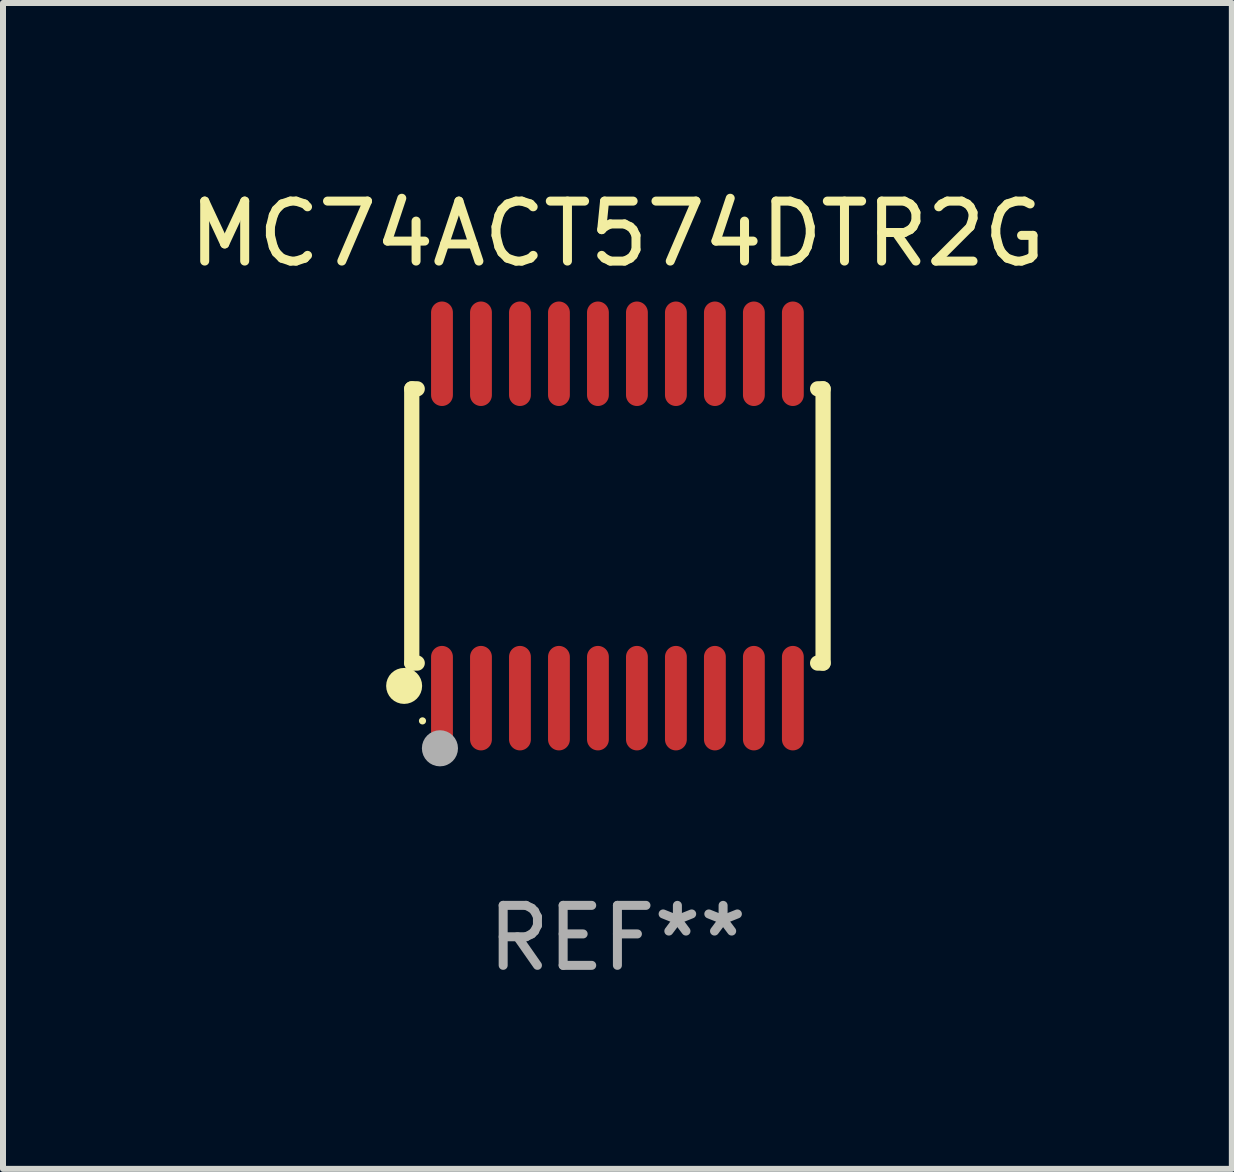
<source format=kicad_pcb>
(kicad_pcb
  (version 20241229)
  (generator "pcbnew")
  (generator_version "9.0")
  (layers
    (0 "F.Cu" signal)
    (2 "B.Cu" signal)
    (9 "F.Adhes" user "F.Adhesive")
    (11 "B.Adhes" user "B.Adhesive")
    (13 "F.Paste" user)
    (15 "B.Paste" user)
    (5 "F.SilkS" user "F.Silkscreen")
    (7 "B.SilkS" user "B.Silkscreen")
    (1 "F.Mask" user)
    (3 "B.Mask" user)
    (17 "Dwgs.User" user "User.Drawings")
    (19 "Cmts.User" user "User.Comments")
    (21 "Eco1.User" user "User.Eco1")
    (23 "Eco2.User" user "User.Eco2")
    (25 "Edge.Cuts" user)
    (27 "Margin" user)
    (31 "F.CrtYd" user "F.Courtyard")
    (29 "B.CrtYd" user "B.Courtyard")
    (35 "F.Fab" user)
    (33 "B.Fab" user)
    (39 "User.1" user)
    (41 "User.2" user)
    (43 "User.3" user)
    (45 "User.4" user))
  (footprint "MC74ACT574DTR2G"
    (layer "F.Cu")
    (at 7.244 5.719)
    (property "Reference" "MC74ACT574DTR2G" (at 0 -4.871 0) (layer "F.SilkS") (effects (font (size 1 1) (thickness 0.15))))
    (attr through_hole)
    (fp_line (start -3.429 -2.286) (end -3.429 2.286) (stroke (width 0.254) (type solid)) (layer "F.SilkS"))
    (fp_line (start -3.429 2.286) (end -3.338 2.286) (stroke (width 0.254) (type solid)) (layer "F.SilkS"))
    (fp_line (start -3.338 -2.286) (end -3.429 -2.286) (stroke (width 0.254) (type solid)) (layer "F.SilkS"))
    (fp_line (start 3.338 -2.286) (end 3.429 -2.286) (stroke (width 0.254) (type solid)) (layer "F.SilkS"))
    (fp_line (start 3.429 -2.286) (end 3.429 2.286) (stroke (width 0.254) (type solid)) (layer "F.SilkS"))
    (fp_line (start 3.429 2.286) (end 3.338 2.286) (stroke (width 0.254) (type solid)) (layer "F.SilkS"))
    (fp_circle (center -3.556 2.667) (end -3.406 2.667) (stroke (width 0.3) (type solid)) (fill no) (layer "F.SilkS"))
    (fp_circle (center -3.25 3.25) (end -3.22 3.25) (stroke (width 0.06) (type solid)) (fill no) (layer "F.SilkS"))
    (fp_circle (center -2.959 3.707) (end -2.808 3.707) (stroke (width 0.3) (type solid)) (fill no) (layer "F.Fab"))
    (fp_text user "REF**" (at 0 6.871 0) (layer "F.Fab") (effects (font (size 1 1) (thickness 0.15))))
    (pad "1" smd oval (at -2.925 2.871) (size 0.364 1.742) (layers "F.Cu" "F.Mask" "F.Paste"))
    (pad "2" smd oval (at -2.275 2.871) (size 0.364 1.742) (layers "F.Cu" "F.Mask" "F.Paste"))
    (pad "3" smd oval (at -1.625 2.871) (size 0.364 1.742) (layers "F.Cu" "F.Mask" "F.Paste"))
    (pad "4" smd oval (at -0.975 2.871) (size 0.364 1.742) (layers "F.Cu" "F.Mask" "F.Paste"))
    (pad "5" smd oval (at -0.325 2.871) (size 0.364 1.742) (layers "F.Cu" "F.Mask" "F.Paste"))
    (pad "6" smd oval (at 0.325 2.871) (size 0.364 1.742) (layers "F.Cu" "F.Mask" "F.Paste"))
    (pad "7" smd oval (at 0.975 2.871) (size 0.364 1.742) (layers "F.Cu" "F.Mask" "F.Paste"))
    (pad "8" smd oval (at 1.625 2.871) (size 0.364 1.742) (layers "F.Cu" "F.Mask" "F.Paste"))
    (pad "9" smd oval (at 2.275 2.871) (size 0.364 1.742) (layers "F.Cu" "F.Mask" "F.Paste"))
    (pad "10" smd oval (at 2.925 2.871) (size 0.364 1.742) (layers "F.Cu" "F.Mask" "F.Paste"))
    (pad "11" smd oval (at 2.925 -2.871) (size 0.364 1.742) (layers "F.Cu" "F.Mask" "F.Paste"))
    (pad "12" smd oval (at 2.275 -2.871) (size 0.364 1.742) (layers "F.Cu" "F.Mask" "F.Paste"))
    (pad "13" smd oval (at 1.625 -2.871) (size 0.364 1.742) (layers "F.Cu" "F.Mask" "F.Paste"))
    (pad "14" smd oval (at 0.975 -2.871) (size 0.364 1.742) (layers "F.Cu" "F.Mask" "F.Paste"))
    (pad "15" smd oval (at 0.325 -2.871) (size 0.364 1.742) (layers "F.Cu" "F.Mask" "F.Paste"))
    (pad "16" smd oval (at -0.325 -2.871) (size 0.364 1.742) (layers "F.Cu" "F.Mask" "F.Paste"))
    (pad "17" smd oval (at -0.975 -2.871) (size 0.364 1.742) (layers "F.Cu" "F.Mask" "F.Paste"))
    (pad "18" smd oval (at -1.625 -2.871) (size 0.364 1.742) (layers "F.Cu" "F.Mask" "F.Paste"))
    (pad "19" smd oval (at -2.275 -2.871) (size 0.364 1.742) (layers "F.Cu" "F.Mask" "F.Paste"))
    (pad "20" smd oval (at -2.925 -2.871) (size 0.364 1.742) (layers "F.Cu" "F.Mask" "F.Paste")))
  (gr_rect
    (start -3 -3)
    (end 17.488 16.438)
    (stroke (width 0.1) (type default))
    (fill no)
    (layer "Edge.Cuts")))
</source>
